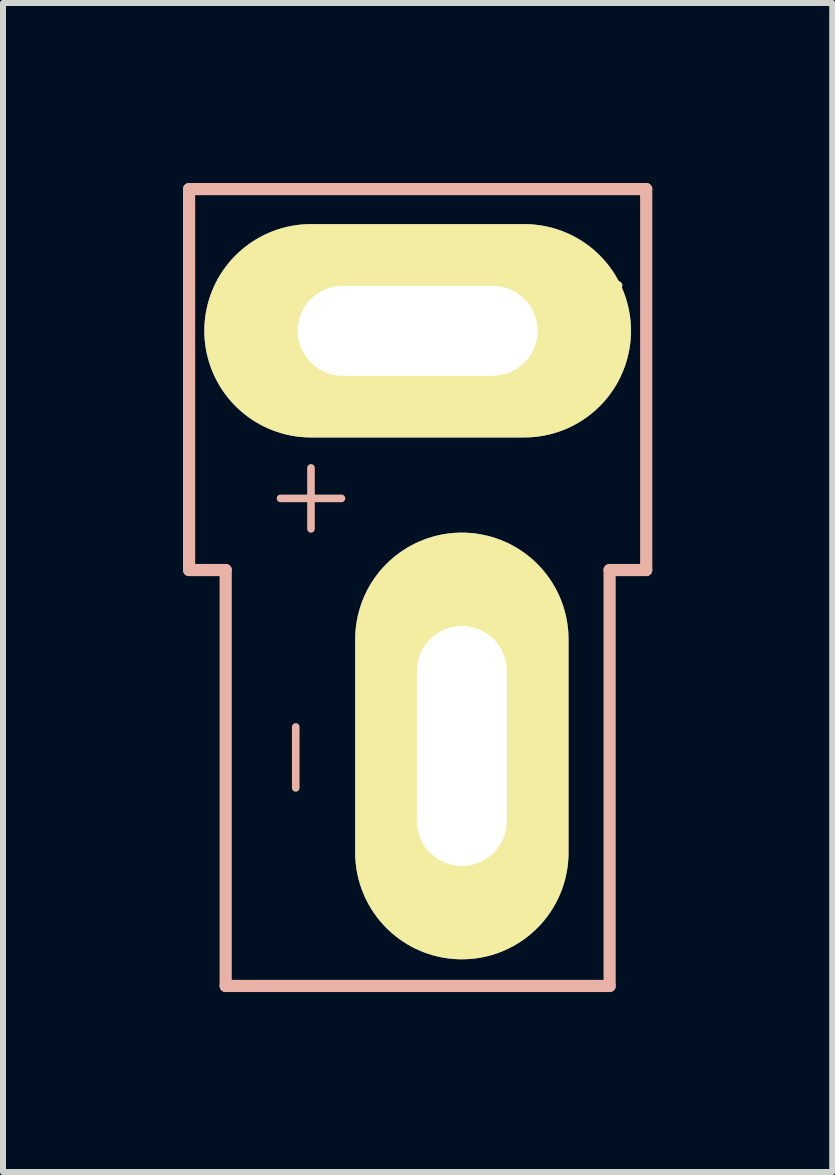
<source format=kicad_pcb>
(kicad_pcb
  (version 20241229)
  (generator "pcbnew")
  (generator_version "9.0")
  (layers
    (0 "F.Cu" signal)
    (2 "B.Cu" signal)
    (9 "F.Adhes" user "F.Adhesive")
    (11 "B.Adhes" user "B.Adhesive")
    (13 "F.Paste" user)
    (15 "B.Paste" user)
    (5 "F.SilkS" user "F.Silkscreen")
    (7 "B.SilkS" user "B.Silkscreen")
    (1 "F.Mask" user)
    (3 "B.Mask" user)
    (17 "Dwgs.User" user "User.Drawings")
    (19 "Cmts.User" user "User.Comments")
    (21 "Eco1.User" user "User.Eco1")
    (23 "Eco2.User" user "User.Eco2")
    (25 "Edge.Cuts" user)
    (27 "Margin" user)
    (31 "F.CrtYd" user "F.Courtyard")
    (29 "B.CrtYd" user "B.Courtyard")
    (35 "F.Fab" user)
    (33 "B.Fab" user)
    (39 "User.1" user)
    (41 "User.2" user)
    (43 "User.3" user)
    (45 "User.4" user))
  (footprint "DEANS"
    (layer "F.Cu")
    (at 3.912 2.464)
    (property "Reference" "DEANS" (at 0 0 0) (layer "F.SilkS") (effects (font (size 1.524 1.524) (thickness 0.15))))
    (attr exclude_from_pos_files exclude_from_bom)
    (fp_line (start -2.845 -0.686) (end 2.845 -0.686) (stroke (width 0.127) (type solid)) (layer "F.SilkS"))
    (fp_line (start -2.845 0.686) (end -2.845 -0.686) (stroke (width 0.127) (type solid)) (layer "F.SilkS"))
    (fp_line (start 0.051 4.064) (end 1.422 4.064) (stroke (width 0.127) (type solid)) (layer "F.SilkS"))
    (fp_line (start 0.051 9.754) (end 0.051 4.064) (stroke (width 0.127) (type solid)) (layer "F.SilkS"))
    (fp_line (start 0.051 9.754) (end 1.422 9.754) (stroke (width 0.127) (type solid)) (layer "F.SilkS"))
    (fp_line (start 1.422 4.064) (end 1.422 9.754) (stroke (width 0.127) (type solid)) (layer "F.SilkS"))
    (fp_line (start 2.845 0.686) (end -2.845 0.686) (stroke (width 0.127) (type solid)) (layer "F.SilkS"))
    (fp_line (start 2.845 0.686) (end 2.845 -0.686) (stroke (width 0.127) (type solid)) (layer "F.SilkS"))
    (fp_line (start -3.81 -2.362) (end 3.81 -2.362) (stroke (width 0.203) (type solid)) (layer "B.SilkS"))
    (fp_line (start -3.81 3.988) (end -3.81 -2.362) (stroke (width 0.203) (type solid)) (layer "B.SilkS"))
    (fp_line (start -3.81 3.988) (end -3.2 3.988) (stroke (width 0.203) (type solid)) (layer "B.SilkS"))
    (fp_line (start -3.2 10.922) (end -3.2 3.988) (stroke (width 0.203) (type solid)) (layer "B.SilkS"))
    (fp_line (start -3.2 10.922) (end 3.2 10.922) (stroke (width 0.203) (type solid)) (layer "B.SilkS"))
    (fp_line (start -2.286 2.794) (end -1.27 2.794) (stroke (width 0.127) (type solid)) (layer "B.SilkS"))
    (fp_line (start -2.032 7.62) (end -2.032 6.604) (stroke (width 0.127) (type solid)) (layer "B.SilkS"))
    (fp_line (start -1.778 2.286) (end -1.778 3.302) (stroke (width 0.127) (type solid)) (layer "B.SilkS"))
    (fp_line (start 3.2 3.988) (end 3.81 3.988) (stroke (width 0.203) (type solid)) (layer "B.SilkS"))
    (fp_line (start 3.2 10.922) (end 3.2 3.988) (stroke (width 0.203) (type solid)) (layer "B.SilkS"))
    (fp_line (start 3.81 3.988) (end 3.81 -2.362) (stroke (width 0.203) (type solid)) (layer "B.SilkS"))
    (pad "1" thru_hole oval (at 0 0 90) (size 3.556 7.112) (drill oval 1.5 4) (layers "*.Cu" "F.Mask" "F.SilkS" "F.Paste"))
    (pad "2" thru_hole oval (at 0.737 6.921 180) (size 3.556 7.112) (drill oval 1.5 4) (layers "*.Cu" "F.Mask" "F.SilkS" "F.Paste")))
  (gr_rect
    (start -3 -3)
    (end 10.823 16.487)
    (stroke (width 0.1) (type default))
    (fill no)
    (layer "Edge.Cuts")))
</source>
